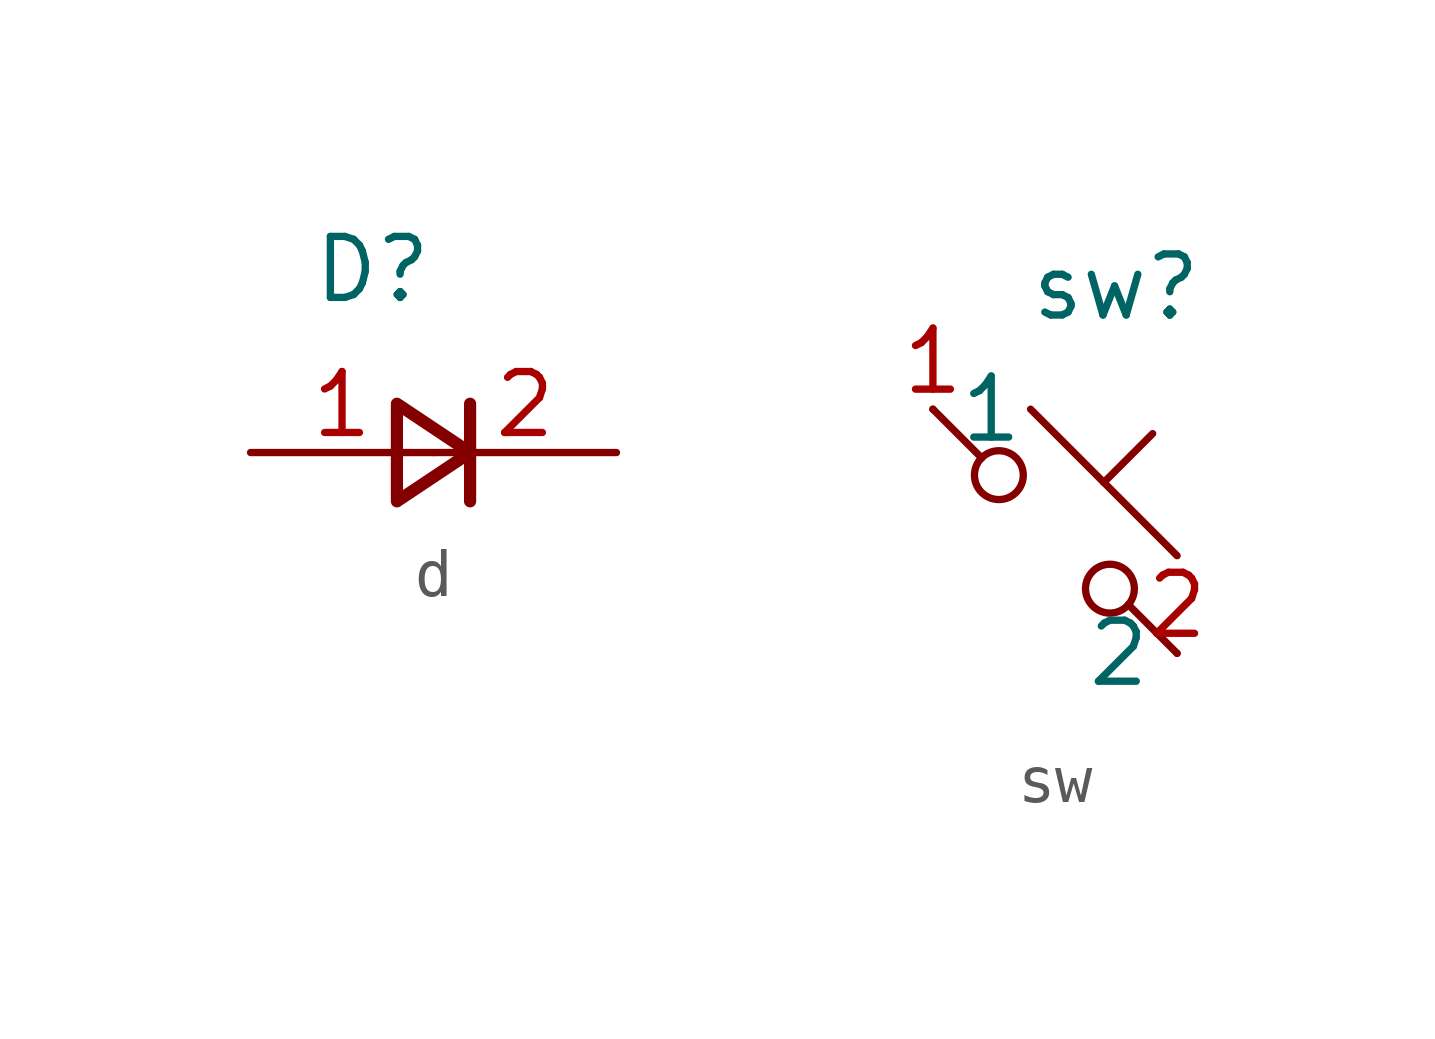
<source format=kicad_sym>
(kicad_symbol_lib
  (version 20241209)
  (generator "kicad_symbol_editor")
  (generator_version "9.0")
  (symbol "d"
    (pin_names
      (hide yes))
    (property "Reference" "D"
      (at 0 0 0)
      (effects (font (size 1.27 1.27))))
    (property "Value" ""
      (at 0 0 0)
      (effects (font (size 1.27 1.27))))
    (symbol "d_0_1"
      (polyline (pts (xy 0.508 -4.826) (xy 2.032 -3.81) (xy 0.508 -2.794) (xy 0.508 -4.826)) (stroke (width 0.254) (type default)) (fill (type none)))
      (polyline (pts (xy 2.032 -4.826) (xy 2.032 -2.794)) (stroke (width 0.254) (type default)) (fill (type none))))
    (symbol "d_1_1"
      (pin passive line (at -2.54 -3.81 0) (length 3.81) (name "K" (effects (font (size 1.27 1.27)))) (number "1" (effects (font (size 1.27 1.27)))))
      (pin passive line (at 5.08 -3.81 180) (length 3.81) (name "A" (effects (font (size 1.27 1.27)))) (number "2" (effects (font (size 1.27 1.27)))))))
  (symbol "sw"
    (property "Reference" "sw"
      (at 0 0 0)
      (effects (font (size 1.27 1.27))))
    (property "Value" ""
      (at 0 0 0)
      (effects (font (size 1.27 1.27))))
    (symbol "sw_0_1"
      (polyline (pts (xy -3.81 -2.54) (xy -2.794 -3.556) (xy -2.794 -3.556)) (stroke (width 0) (type default)) (fill (type none)))
      (circle (center -2.438 -3.912) (radius 0.508) (stroke (width 0) (type default)) (fill (type none)))
      (polyline (pts (xy -1.778 -2.54) (xy 1.27 -5.588)) (stroke (width 0) (type default)) (fill (type none)))
      (polyline (pts (xy -0.254 -4.064) (xy 0.762 -3.048)) (stroke (width 0) (type default)) (fill (type none)))
      (circle (center -0.127 -6.274) (radius 0.508) (stroke (width 0) (type default)) (fill (type none)))
      (polyline (pts (xy 0.254 -6.604) (xy 1.27 -7.62) (xy 1.27 -7.62) (xy 1.27 -7.62)) (stroke (width 0) (type default)) (fill (type none)))
      (pin passive line (at -3.81 -2.54 0) (length 0) (name "1" (effects (font (size 1.27 1.27)))) (number "1" (effects (font (size 1.27 1.27)))))
      (pin passive line (at 1.27 -7.62 180) (length 0) (name "2" (effects (font (size 1.27 1.27)))) (number "2" (effects (font (size 1.27 1.27))))))))
</source>
